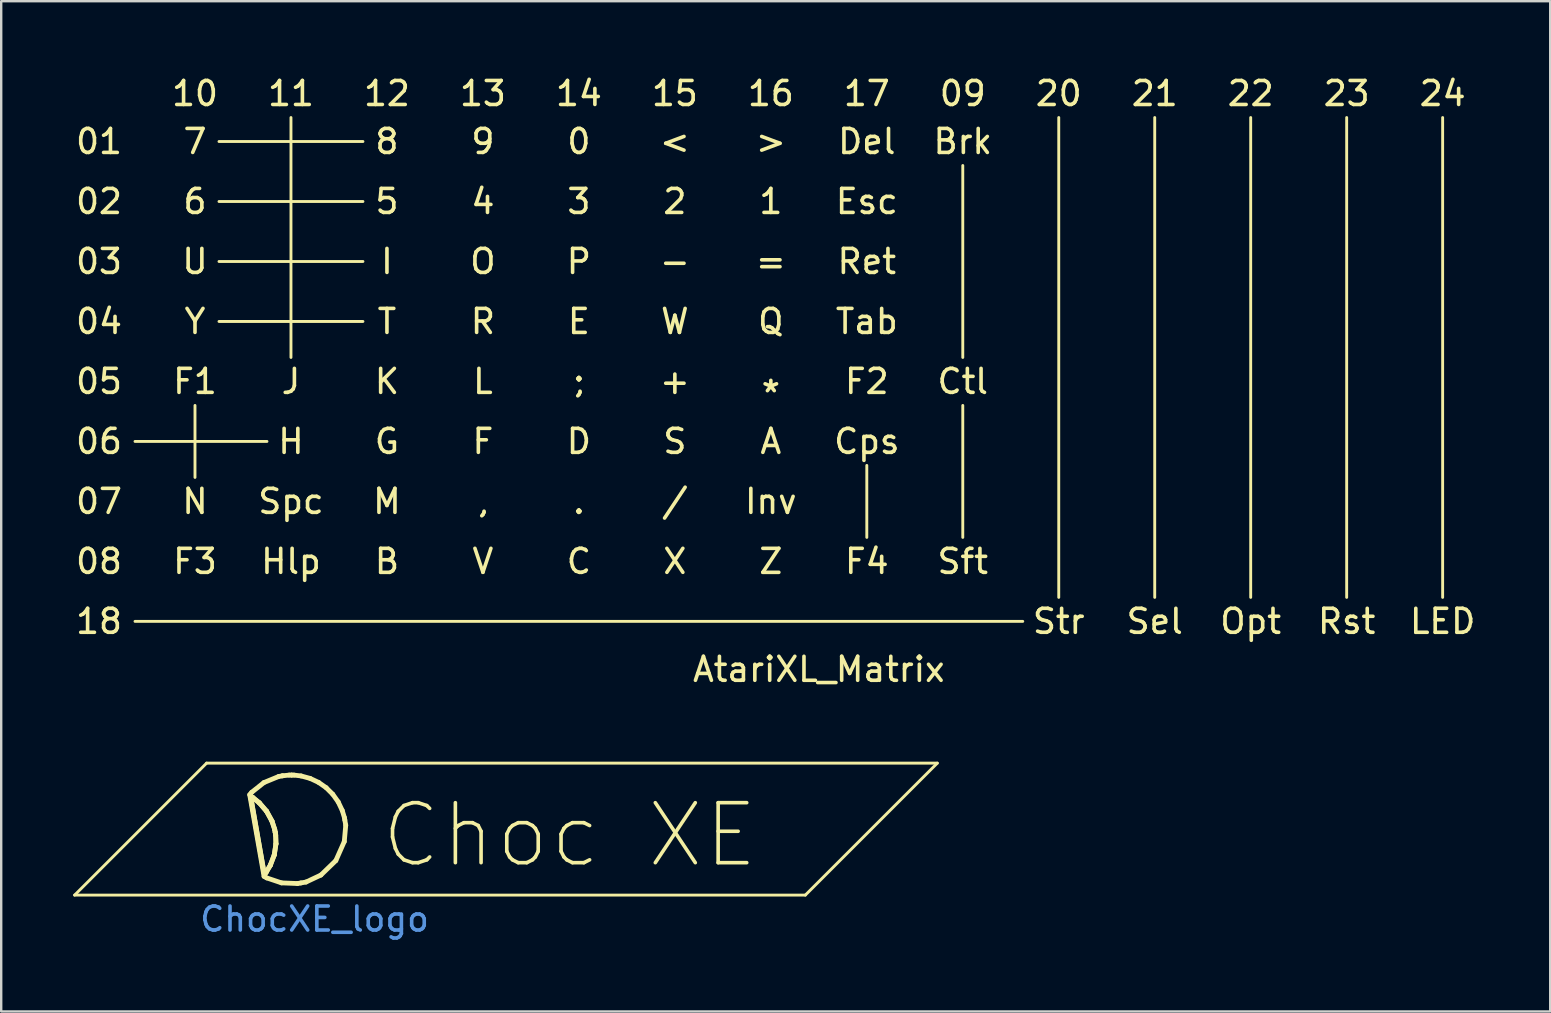
<source format=kicad_pcb>
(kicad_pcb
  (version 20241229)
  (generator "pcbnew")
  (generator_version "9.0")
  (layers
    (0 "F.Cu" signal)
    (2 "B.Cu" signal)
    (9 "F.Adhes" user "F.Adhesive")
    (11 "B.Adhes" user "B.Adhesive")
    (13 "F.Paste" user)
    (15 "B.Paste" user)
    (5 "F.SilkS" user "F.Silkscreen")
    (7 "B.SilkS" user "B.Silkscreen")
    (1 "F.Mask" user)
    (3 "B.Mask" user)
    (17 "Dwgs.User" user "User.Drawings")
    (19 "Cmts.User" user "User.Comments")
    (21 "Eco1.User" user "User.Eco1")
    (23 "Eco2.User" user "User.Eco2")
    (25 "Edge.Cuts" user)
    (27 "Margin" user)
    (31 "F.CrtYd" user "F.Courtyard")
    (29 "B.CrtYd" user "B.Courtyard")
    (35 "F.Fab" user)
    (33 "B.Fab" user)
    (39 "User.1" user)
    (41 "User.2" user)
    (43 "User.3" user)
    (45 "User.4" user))
  (footprint "AtariXL_Matrix"
    (layer "F.Cu")
    (at 31.077 11.348)
    (property "Reference" "AtariXL_Matrix" (at 0 13.5 0) (layer "F.SilkS") (effects (font (size 1 1) (thickness 0.15))))
    (attr through_hole)
    (fp_line (start -28.5 4) (end -23 4) (stroke (width 0.12) (type solid)) (layer "F.SilkS"))
    (fp_line (start -28.5 11.5) (end 8.5 11.5) (stroke (width 0.12) (type solid)) (layer "F.SilkS"))
    (fp_line (start -26 2.5) (end -26 5.5) (stroke (width 0.12) (type solid)) (layer "F.SilkS"))
    (fp_line (start -25 -8.5) (end -19 -8.5) (stroke (width 0.12) (type solid)) (layer "F.SilkS"))
    (fp_line (start -25 -6) (end -19 -6) (stroke (width 0.12) (type solid)) (layer "F.SilkS"))
    (fp_line (start -25 -3.5) (end -19 -3.5) (stroke (width 0.12) (type solid)) (layer "F.SilkS"))
    (fp_line (start -25 -1) (end -19 -1) (stroke (width 0.12) (type solid)) (layer "F.SilkS"))
    (fp_line (start -22 -9.5) (end -22 0.5) (stroke (width 0.12) (type solid)) (layer "F.SilkS"))
    (fp_line (start 2 5) (end 2 8) (stroke (width 0.12) (type solid)) (layer "F.SilkS"))
    (fp_line (start 6 -7.5) (end 6 0.5) (stroke (width 0.12) (type solid)) (layer "F.SilkS"))
    (fp_line (start 6 2.5) (end 6 8) (stroke (width 0.12) (type solid)) (layer "F.SilkS"))
    (fp_line (start 10 -9.5) (end 10 10.5) (stroke (width 0.12) (type solid)) (layer "F.SilkS"))
    (fp_line (start 14 -9.5) (end 14 10.5) (stroke (width 0.12) (type solid)) (layer "F.SilkS"))
    (fp_line (start 18 -9.5) (end 18 10.5) (stroke (width 0.12) (type solid)) (layer "F.SilkS"))
    (fp_line (start 22 -9.5) (end 22 10.5) (stroke (width 0.12) (type solid)) (layer "F.SilkS"))
    (fp_line (start 26 -9.5) (end 26 10.5) (stroke (width 0.12) (type solid)) (layer "F.SilkS"))
    (fp_text user "6" (at -26 -6 0) (layer "F.SilkS") (effects (font (size 1 1) (thickness 0.15))))
    (fp_text user "2" (at -6 -6 0) (layer "F.SilkS") (effects (font (size 1 1) (thickness 0.15))))
    (fp_text user "5" (at -18 -6 0) (layer "F.SilkS") (effects (font (size 1 1) (thickness 0.15))))
    (fp_text user "Sel" (at 14 11.5 0) (layer "F.SilkS") (effects (font (size 1 1) (thickness 0.15))))
    (fp_text user ";" (at -10 1.5 0) (layer "F.SilkS") (effects (font (size 1 1) (thickness 0.15))))
    (fp_text user "13" (at -14 -10.5 0) (layer "F.SilkS") (effects (font (size 1 1) (thickness 0.15))))
    (fp_text user "8" (at -18 -8.5 0) (layer "F.SilkS") (effects (font (size 1 1) (thickness 0.15))))
    (fp_text user "O" (at -14 -3.5 0) (layer "F.SilkS") (effects (font (size 1 1) (thickness 0.15))))
    (fp_text user "Inv" (at -2 6.5 0) (layer "F.SilkS") (effects (font (size 1 1) (thickness 0.15))))
    (fp_text user "20" (at 10 -10.5 0) (layer "F.SilkS") (effects (font (size 1 1) (thickness 0.15))))
    (fp_text user "Str" (at 10 11.5 0) (layer "F.SilkS") (effects (font (size 1 1) (thickness 0.15))))
    (fp_text user "01" (at -30 -8.5 0) (layer "F.SilkS") (effects (font (size 1 1) (thickness 0.15))))
    (fp_text user "Esc" (at 2 -6 0) (layer "F.SilkS") (effects (font (size 1 1) (thickness 0.15))))
    (fp_text user "A" (at -2 4 0) (layer "F.SilkS") (effects (font (size 1 1) (thickness 0.15))))
    (fp_text user "P" (at -10 -3.5 0) (layer "F.SilkS") (effects (font (size 1 1) (thickness 0.15))))
    (fp_text user ">" (at -2 -8.5 0) (layer "F.SilkS") (effects (font (size 1 1) (thickness 0.15))))
    (fp_text user "K" (at -18 1.5 0) (layer "F.SilkS") (effects (font (size 1 1) (thickness 0.15))))
    (fp_text user "Hlp" (at -22 9 0) (layer "F.SilkS") (effects (font (size 1 1) (thickness 0.15))))
    (fp_text user "W" (at -6 -1 0) (layer "F.SilkS") (effects (font (size 1 1) (thickness 0.15))))
    (fp_text user "7" (at -26 -8.5 0) (layer "F.SilkS") (effects (font (size 1 1) (thickness 0.15))))
    (fp_text user "LED" (at 26 11.5 0) (layer "F.SilkS") (effects (font (size 1 1) (thickness 0.15))))
    (fp_text user "F" (at -14 4 0) (layer "F.SilkS") (effects (font (size 1 1) (thickness 0.15))))
    (fp_text user "02" (at -30 -6 0) (layer "F.SilkS") (effects (font (size 1 1) (thickness 0.15))))
    (fp_text user "11" (at -22 -10.5 0) (layer "F.SilkS") (effects (font (size 1 1) (thickness 0.15))))
    (fp_text user "03" (at -30 -3.5 0) (layer "F.SilkS") (effects (font (size 1 1) (thickness 0.15))))
    (fp_text user "*" (at -2 2 0) (layer "F.SilkS") (effects (font (size 1 1) (thickness 0.15))))
    (fp_text user "F3" (at -26 9 0) (layer "F.SilkS") (effects (font (size 1 1) (thickness 0.15))))
    (fp_text user "14" (at -10 -10.5 0) (layer "F.SilkS") (effects (font (size 1 1) (thickness 0.15))))
    (fp_text user "Brk" (at 6 -8.5 0) (layer "F.SilkS") (effects (font (size 1 1) (thickness 0.15))))
    (fp_text user "10" (at -26 -10.5 0) (layer "F.SilkS") (effects (font (size 1 1) (thickness 0.15))))
    (fp_text user "F1" (at -26 1.5 0) (layer "F.SilkS") (effects (font (size 1 1) (thickness 0.15))))
    (fp_text user "L" (at -14 1.5 0) (layer "F.SilkS") (effects (font (size 1 1) (thickness 0.15))))
    (fp_text user "17" (at 2 -10.5 0) (layer "F.SilkS") (effects (font (size 1 1) (thickness 0.15))))
    (fp_text user "U" (at -26 -3.5 0) (layer "F.SilkS") (effects (font (size 1 1) (thickness 0.15))))
    (fp_text user "05" (at -30 1.5 0) (layer "F.SilkS") (effects (font (size 1 1) (thickness 0.15))))
    (fp_text user "M" (at -18 6.5 0) (layer "F.SilkS") (effects (font (size 1 1) (thickness 0.15))))
    (fp_text user "08" (at -30 9 0) (layer "F.SilkS") (effects (font (size 1 1) (thickness 0.15))))
    (fp_text user "=" (at -2 -3.5 0) (layer "F.SilkS") (effects (font (size 1 1) (thickness 0.15))))
    (fp_text user "R" (at -14 -1 0) (layer "F.SilkS") (effects (font (size 1 1) (thickness 0.15))))
    (fp_text user "-" (at -6 -3.5 0) (layer "F.SilkS") (effects (font (size 1 1) (thickness 0.15))))
    (fp_text user "1" (at -2 -6 0) (layer "F.SilkS") (effects (font (size 1 1) (thickness 0.15))))
    (fp_text user "Cps" (at 2 4 0) (layer "F.SilkS") (effects (font (size 1 1) (thickness 0.15))))
    (fp_text user "4" (at -14 -6 0) (layer "F.SilkS") (effects (font (size 1 1) (thickness 0.15))))
    (fp_text user "Del" (at 2 -8.5 0) (layer "F.SilkS") (effects (font (size 1 1) (thickness 0.15))))
    (fp_text user "15" (at -6 -10.5 0) (layer "F.SilkS") (effects (font (size 1 1) (thickness 0.15))))
    (fp_text user "3" (at -10 -6 0) (layer "F.SilkS") (effects (font (size 1 1) (thickness 0.15))))
    (fp_text user "T" (at -18 -1 0) (layer "F.SilkS") (effects (font (size 1 1) (thickness 0.15))))
    (fp_text user "24" (at 26 -10.5 0) (layer "F.SilkS") (effects (font (size 1 1) (thickness 0.15))))
    (fp_text user "18" (at -30 11.5 0) (layer "F.SilkS") (effects (font (size 1 1) (thickness 0.15))))
    (fp_text user "Tab" (at 2 -1 0) (layer "F.SilkS") (effects (font (size 1 1) (thickness 0.15))))
    (fp_text user "09" (at 6 -10.5 0) (layer "F.SilkS") (effects (font (size 1 1) (thickness 0.15))))
    (fp_text user "Q" (at -2 -1 0) (layer "F.SilkS") (effects (font (size 1 1) (thickness 0.15))))
    (fp_text user "S" (at -6 4 0) (layer "F.SilkS") (effects (font (size 1 1) (thickness 0.15))))
    (fp_text user "06" (at -30 4 0) (layer "F.SilkS") (effects (font (size 1 1) (thickness 0.15))))
    (fp_text user "Ctl" (at 6 1.5 0) (layer "F.SilkS") (effects (font (size 1 1) (thickness 0.15))))
    (fp_text user "<" (at -6 -8.5 0) (layer "F.SilkS") (effects (font (size 1 1) (thickness 0.15))))
    (fp_text user "9" (at -14 -8.5 0) (layer "F.SilkS") (effects (font (size 1 1) (thickness 0.15))))
    (fp_text user "Y" (at -26 -1 0) (layer "F.SilkS") (effects (font (size 1 1) (thickness 0.15))))
    (fp_text user "07" (at -30 6.5 0) (layer "F.SilkS") (effects (font (size 1 1) (thickness 0.15))))
    (fp_text user "Sft" (at 6 9 0) (layer "F.SilkS") (effects (font (size 1 1) (thickness 0.15))))
    (fp_text user "D" (at -10 4 0) (layer "F.SilkS") (effects (font (size 1 1) (thickness 0.15))))
    (fp_text user "," (at -14 6.5 0) (layer "F.SilkS") (effects (font (size 1 1) (thickness 0.15))))
    (fp_text user "B" (at -18 9 0) (layer "F.SilkS") (effects (font (size 1 1) (thickness 0.15))))
    (fp_text user "J" (at -22 1.5 0) (layer "F.SilkS") (effects (font (size 1 1) (thickness 0.15))))
    (fp_text user "23" (at 22 -10.5 0) (layer "F.SilkS") (effects (font (size 1 1) (thickness 0.15))))
    (fp_text user "Rst" (at 22 11.5 0) (layer "F.SilkS") (effects (font (size 1 1) (thickness 0.15))))
    (fp_text user "H" (at -22 4 0) (layer "F.SilkS") (effects (font (size 1 1) (thickness 0.15))))
    (fp_text user "E" (at -10 -1 0) (layer "F.SilkS") (effects (font (size 1 1) (thickness 0.15))))
    (fp_text user "N" (at -26 6.5 0) (layer "F.SilkS") (effects (font (size 1 1) (thickness 0.15))))
    (fp_text user "12" (at -18 -10.5 0) (layer "F.SilkS") (effects (font (size 1 1) (thickness 0.15))))
    (fp_text user "+" (at -6 1.5 0) (layer "F.SilkS") (effects (font (size 1 1) (thickness 0.15))))
    (fp_text user "G" (at -18 4 0) (layer "F.SilkS") (effects (font (size 1 1) (thickness 0.15))))
    (fp_text user "X" (at -6 9 0) (layer "F.SilkS") (effects (font (size 1 1) (thickness 0.15))))
    (fp_text user "/" (at -6 6.5 0) (layer "F.SilkS") (effects (font (size 1 1) (thickness 0.15))))
    (fp_text user "22" (at 18 -10.5 0) (layer "F.SilkS") (effects (font (size 1 1) (thickness 0.15))))
    (fp_text user "." (at -10 6.5 0) (layer "F.SilkS") (effects (font (size 1 1) (thickness 0.15))))
    (fp_text user "0" (at -10 -8.5 0) (layer "F.SilkS") (effects (font (size 1 1) (thickness 0.15))))
    (fp_text user "F2" (at 2 1.5 0) (layer "F.SilkS") (effects (font (size 1 1) (thickness 0.15))))
    (fp_text user "04" (at -30 -1 0) (layer "F.SilkS") (effects (font (size 1 1) (thickness 0.15))))
    (fp_text user "Opt" (at 18 11.5 0) (layer "F.SilkS") (effects (font (size 1 1) (thickness 0.15))))
    (fp_text user "I" (at -18 -3.5 0) (layer "F.SilkS") (effects (font (size 1 1) (thickness 0.15))))
    (fp_text user "C" (at -10 9 0) (layer "F.SilkS") (effects (font (size 1 1) (thickness 0.15))))
    (fp_text user "V" (at -14 9 0) (layer "F.SilkS") (effects (font (size 1 1) (thickness 0.15))))
    (fp_text user "Z" (at -2 9 0) (layer "F.SilkS") (effects (font (size 1 1) (thickness 0.15))))
    (fp_text user "Ret" (at 2 -3.5 0) (layer "F.SilkS") (effects (font (size 1 1) (thickness 0.15))))
    (fp_text user "21" (at 14 -10.5 0) (layer "F.SilkS") (effects (font (size 1 1) (thickness 0.15))))
    (fp_text user "F4" (at 2 9 0) (layer "F.SilkS") (effects (font (size 1 1) (thickness 0.15))))
    (fp_text user "Spc" (at -22 6.5 0) (layer "F.SilkS") (effects (font (size 1 1) (thickness 0.15))))
    (fp_text user "16" (at -2 -10.5 0) (layer "F.SilkS") (effects (font (size 1 1) (thickness 0.15)))))
  (footprint "ChocXE_logo"
    (layer "F.Cu")
    (at 9.56 31.756)
    (property "Reference" "ChocXE_logo" (at 0.5 3.5 0) (layer "Cmts.User") (effects (font (size 1 1) (thickness 0.15))))
    (attr through_hole)
    (fp_line (start -9.5 2.5) (end 20.955 2.5) (stroke (width 0.12) (type solid)) (layer "F.SilkS"))
    (fp_line (start -4 -3) (end -9.5 2.5) (stroke (width 0.12) (type solid)) (layer "F.SilkS"))
    (fp_line (start -2.203 -1.683) (end -1.605 1.719) (stroke (width 0.2) (type solid)) (layer "F.SilkS"))
    (fp_line (start -2.167 -1.627) (end -2.167 -1.627) (stroke (width 0.2) (type solid)) (layer "F.SilkS"))
    (fp_line (start -2.167 -1.627) (end -2.07 -1.567) (stroke (width 0.2) (type solid)) (layer "F.SilkS"))
    (fp_line (start -2.164 -1.615) (end -2.164 -1.615) (stroke (width 0.2) (type solid)) (layer "F.SilkS"))
    (fp_line (start -2.164 -1.615) (end -2.067 -1.557) (stroke (width 0.2) (type solid)) (layer "F.SilkS"))
    (fp_line (start -2.121 -1.783) (end -2.203 -1.683) (stroke (width 0.2) (type solid)) (layer "F.SilkS"))
    (fp_line (start -2.07 -1.567) (end -1.802 -1.349) (stroke (width 0.2) (type solid)) (layer "F.SilkS"))
    (fp_line (start -2.067 -1.557) (end -1.801 -1.339) (stroke (width 0.2) (type solid)) (layer "F.SilkS"))
    (fp_line (start -1.802 -1.349) (end -1.5 -1) (stroke (width 0.2) (type solid)) (layer "F.SilkS"))
    (fp_line (start -1.801 -1.339) (end -1.501 -0.99) (stroke (width 0.2) (type solid)) (layer "F.SilkS"))
    (fp_line (start -1.612 -2.189) (end -2.121 -1.783) (stroke (width 0.2) (type solid)) (layer "F.SilkS"))
    (fp_line (start -1.605 1.719) (end -1.493 1.784) (stroke (width 0.2) (type solid)) (layer "F.SilkS"))
    (fp_line (start -1.591 1.642) (end -2.164 -1.615) (stroke (width 0.2) (type solid)) (layer "F.SilkS"))
    (fp_line (start -1.591 1.643) (end -2.167 -1.627) (stroke (width 0.2) (type solid)) (layer "F.SilkS"))
    (fp_line (start -1.521 1.553) (end -1.591 1.642) (stroke (width 0.2) (type solid)) (layer "F.SilkS"))
    (fp_line (start -1.52 1.554) (end -1.591 1.643) (stroke (width 0.2) (type solid)) (layer "F.SilkS"))
    (fp_line (start -1.501 -0.99) (end -1.276 -0.58) (stroke (width 0.2) (type solid)) (layer "F.SilkS"))
    (fp_line (start -1.5 -1) (end -1.274 -0.588) (stroke (width 0.2) (type solid)) (layer "F.SilkS"))
    (fp_line (start -1.493 1.784) (end -0.877 1.991) (stroke (width 0.2) (type solid)) (layer "F.SilkS"))
    (fp_line (start -1.344 1.257) (end -1.521 1.553) (stroke (width 0.2) (type solid)) (layer "F.SilkS"))
    (fp_line (start -1.343 1.256) (end -1.52 1.554) (stroke (width 0.2) (type solid)) (layer "F.SilkS"))
    (fp_line (start -1.276 -0.58) (end -1.163 -0.235) (stroke (width 0.2) (type solid)) (layer "F.SilkS"))
    (fp_line (start -1.274 -0.588) (end -1.16 -0.242) (stroke (width 0.2) (type solid)) (layer "F.SilkS"))
    (fp_line (start -1.181 0.827) (end -1.344 1.257) (stroke (width 0.2) (type solid)) (layer "F.SilkS"))
    (fp_line (start -1.178 0.825) (end -1.343 1.256) (stroke (width 0.2) (type solid)) (layer "F.SilkS"))
    (fp_line (start -1.163 -0.235) (end -1.142 -0.117) (stroke (width 0.2) (type solid)) (layer "F.SilkS"))
    (fp_line (start -1.16 -0.242) (end -1.139 -0.123) (stroke (width 0.2) (type solid)) (layer "F.SilkS"))
    (fp_line (start -1.142 -0.117) (end -1.121 0.001) (stroke (width 0.2) (type solid)) (layer "F.SilkS"))
    (fp_line (start -1.139 -0.123) (end -1.118 -0.004) (stroke (width 0.2) (type solid)) (layer "F.SilkS"))
    (fp_line (start -1.121 0.001) (end -1.11 0.364) (stroke (width 0.2) (type solid)) (layer "F.SilkS"))
    (fp_line (start -1.118 -0.004) (end -1.107 0.361) (stroke (width 0.2) (type solid)) (layer "F.SilkS"))
    (fp_line (start -1.11 0.364) (end -1.181 0.827) (stroke (width 0.2) (type solid)) (layer "F.SilkS"))
    (fp_line (start -1.107 0.361) (end -1.178 0.825) (stroke (width 0.2) (type solid)) (layer "F.SilkS"))
    (fp_line (start -0.994 -2.444) (end -1.612 -2.189) (stroke (width 0.2) (type solid)) (layer "F.SilkS"))
    (fp_line (start -0.877 1.991) (end -0.209 2.018) (stroke (width 0.2) (type solid)) (layer "F.SilkS"))
    (fp_line (start -0.857 -2.468) (end -0.994 -2.444) (stroke (width 0.2) (type solid)) (layer "F.SilkS"))
    (fp_line (start -0.823 -2.474) (end -0.857 -2.468) (stroke (width 0.2) (type solid)) (layer "F.SilkS"))
    (fp_line (start -0.557 -2.502) (end -0.823 -2.474) (stroke (width 0.2) (type solid)) (layer "F.SilkS"))
    (fp_line (start -0.456 -2.502) (end -0.557 -2.502) (stroke (width 0.2) (type solid)) (layer "F.SilkS"))
    (fp_line (start -0.456 -2.502) (end -0.456 -2.502) (stroke (width 0.2) (type solid)) (layer "F.SilkS"))
    (fp_line (start -0.357 -2.502) (end -0.456 -2.502) (stroke (width 0.2) (type solid)) (layer "F.SilkS"))
    (fp_line (start -0.209 2.018) (end -0.072 1.994) (stroke (width 0.2) (type solid)) (layer "F.SilkS"))
    (fp_line (start -0.072 1.994) (end 0.145 1.956) (stroke (width 0.2) (type solid)) (layer "F.SilkS"))
    (fp_line (start -0.061 -2.466) (end -0.357 -2.502) (stroke (width 0.2) (type solid)) (layer "F.SilkS"))
    (fp_line (start 0.145 1.956) (end 0.764 1.665) (stroke (width 0.2) (type solid)) (layer "F.SilkS"))
    (fp_line (start 0.316 -2.363) (end -0.061 -2.466) (stroke (width 0.2) (type solid)) (layer "F.SilkS"))
    (fp_line (start 0.667 -2.198) (end 0.316 -2.363) (stroke (width 0.2) (type solid)) (layer "F.SilkS"))
    (fp_line (start 0.764 1.665) (end 1.387 1.063) (stroke (width 0.2) (type solid)) (layer "F.SilkS"))
    (fp_line (start 0.983 -1.977) (end 0.667 -2.198) (stroke (width 0.2) (type solid)) (layer "F.SilkS"))
    (fp_line (start 1.258 -1.704) (end 0.983 -1.977) (stroke (width 0.2) (type solid)) (layer "F.SilkS"))
    (fp_line (start 1.387 1.063) (end 1.739 0.269) (stroke (width 0.2) (type solid)) (layer "F.SilkS"))
    (fp_line (start 1.485 -1.385) (end 1.258 -1.704) (stroke (width 0.2) (type solid)) (layer "F.SilkS"))
    (fp_line (start 1.655 -1.026) (end 1.485 -1.385) (stroke (width 0.2) (type solid)) (layer "F.SilkS"))
    (fp_line (start 1.739 0.269) (end 1.8 -0.413) (stroke (width 0.2) (type solid)) (layer "F.SilkS"))
    (fp_line (start 1.744 -0.73) (end 1.655 -1.026) (stroke (width 0.2) (type solid)) (layer "F.SilkS"))
    (fp_line (start 1.762 -0.63) (end 1.744 -0.73) (stroke (width 0.2) (type solid)) (layer "F.SilkS"))
    (fp_line (start 1.8 -0.413) (end 1.762 -0.63) (stroke (width 0.2) (type solid)) (layer "F.SilkS"))
    (fp_line (start 20.955 2.5) (end 26.455 -3) (stroke (width 0.12) (type solid)) (layer "F.SilkS"))
    (fp_line (start 26.455 -3) (end -4 -3) (stroke (width 0.12) (type solid)) (layer "F.SilkS"))
    (fp_text user "Choc XE" (at 3.175 0 0) (layer "F.SilkS") (effects (font (size 2.5 2.5) (thickness 0.15)) (justify left))))
  (gr_rect
    (start -3 -3)
    (end 61.56 39.105)
    (stroke (width 0.1) (type default))
    (fill no)
    (layer "Edge.Cuts")))
</source>
